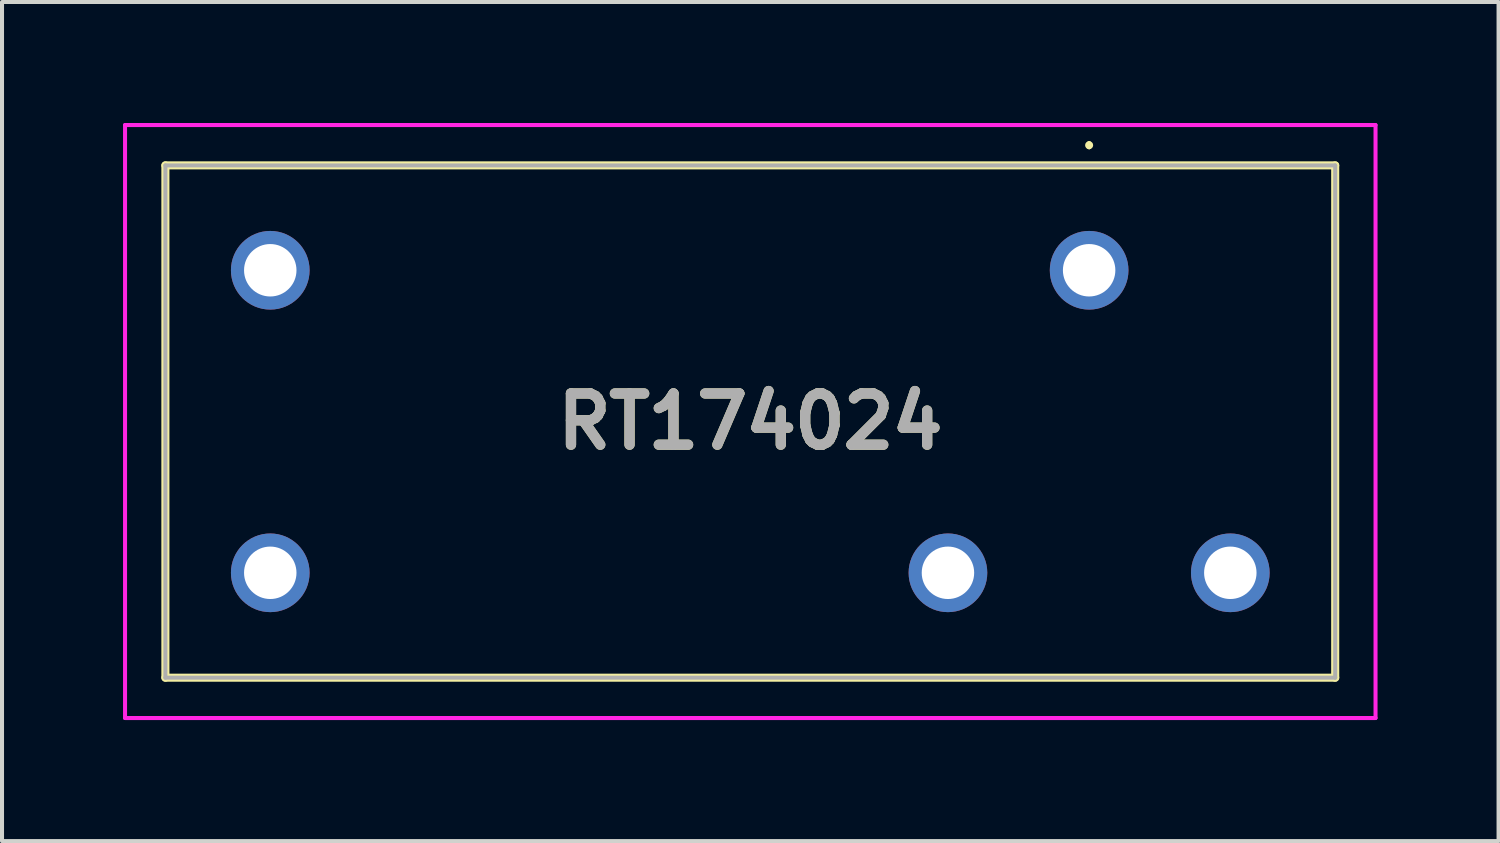
<source format=kicad_pcb>
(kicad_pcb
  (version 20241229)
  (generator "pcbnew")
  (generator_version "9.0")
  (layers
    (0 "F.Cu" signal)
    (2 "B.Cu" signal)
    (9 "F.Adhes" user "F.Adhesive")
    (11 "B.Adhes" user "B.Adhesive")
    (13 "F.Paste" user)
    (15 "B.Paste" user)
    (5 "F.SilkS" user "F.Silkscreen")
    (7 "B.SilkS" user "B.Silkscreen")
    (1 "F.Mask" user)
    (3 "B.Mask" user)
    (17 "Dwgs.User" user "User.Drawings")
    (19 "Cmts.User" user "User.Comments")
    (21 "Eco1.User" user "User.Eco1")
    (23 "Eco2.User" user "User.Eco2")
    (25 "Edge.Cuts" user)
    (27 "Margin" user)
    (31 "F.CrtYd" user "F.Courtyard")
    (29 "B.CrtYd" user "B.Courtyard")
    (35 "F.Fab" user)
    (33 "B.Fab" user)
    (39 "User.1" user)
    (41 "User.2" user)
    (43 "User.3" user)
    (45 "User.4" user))
  (footprint "RT174024"
    (layer "F.Cu")
    (at 23.95 3.65)
    (property "Reference" "RT174024" (at -8.4 3.75 0) (layer "F.SilkS") (effects (font (size 1.27 1.27) (thickness 0.254))))
    (attr through_hole)
    (fp_line (start -22.9 -2.6) (end -22.9 10.1) (stroke (width 0.2) (type solid)) (layer "F.SilkS"))
    (fp_line (start -22.9 10.1) (end 6.1 10.1) (stroke (width 0.2) (type solid)) (layer "F.SilkS"))
    (fp_line (start 0 -3.15) (end 0 -3.15) (stroke (width 0.1) (type solid)) (layer "F.SilkS"))
    (fp_line (start 0 -3.05) (end 0 -3.05) (stroke (width 0.1) (type solid)) (layer "F.SilkS"))
    (fp_line (start 6.1 -2.6) (end -22.9 -2.6) (stroke (width 0.2) (type solid)) (layer "F.SilkS"))
    (fp_line (start 6.1 10.1) (end 6.1 -2.6) (stroke (width 0.2) (type solid)) (layer "F.SilkS"))
    (fp_arc (start 0 -3.15) (mid 0.05 -3.1) (end 0 -3.05) (stroke (width 0.1) (type solid)) (layer "F.SilkS"))
    (fp_arc (start 0 -3.05) (mid -0.05 -3.1) (end 0 -3.15) (stroke (width 0.1) (type solid)) (layer "F.SilkS"))
    (fp_line (start -23.9 -3.6) (end -23.9 11.1) (stroke (width 0.1) (type solid)) (layer "F.CrtYd"))
    (fp_line (start -23.9 11.1) (end 7.1 11.1) (stroke (width 0.1) (type solid)) (layer "F.CrtYd"))
    (fp_line (start 7.1 -3.6) (end -23.9 -3.6) (stroke (width 0.1) (type solid)) (layer "F.CrtYd"))
    (fp_line (start 7.1 11.1) (end 7.1 -3.6) (stroke (width 0.1) (type solid)) (layer "F.CrtYd"))
    (fp_line (start -22.9 -2.6) (end -22.9 10.1) (stroke (width 0.1) (type solid)) (layer "F.Fab"))
    (fp_line (start -22.9 10.1) (end 6.1 10.1) (stroke (width 0.1) (type solid)) (layer "F.Fab"))
    (fp_line (start 6.1 -2.6) (end -22.9 -2.6) (stroke (width 0.1) (type solid)) (layer "F.Fab"))
    (fp_line (start 6.1 10.1) (end 6.1 -2.6) (stroke (width 0.1) (type solid)) (layer "F.Fab"))
    (fp_text user "${REFERENCE}" (at -8.4 3.75 0) (layer "F.Fab") (effects (font (size 1.27 1.27) (thickness 0.254))))
    (pad "11" thru_hole circle (at 0 0) (size 1.95 1.95) (drill 1.3) (layers "*.Cu" "*.Mask"))
    (pad "12" thru_hole circle (at -3.5 7.5) (size 1.95 1.95) (drill 1.3) (layers "*.Cu" "*.Mask"))
    (pad "14" thru_hole circle (at 3.5 7.5) (size 1.95 1.95) (drill 1.3) (layers "*.Cu" "*.Mask"))
    (pad "A1" thru_hole circle (at -20.3 7.5) (size 1.95 1.95) (drill 1.3) (layers "*.Cu" "*.Mask"))
    (pad "A2" thru_hole circle (at -20.3 0) (size 1.95 1.95) (drill 1.3) (layers "*.Cu" "*.Mask")))
  (gr_rect
    (start -3 -3)
    (end 34.1 17.8)
    (stroke (width 0.1) (type default))
    (fill no)
    (layer "Edge.Cuts")))
</source>
